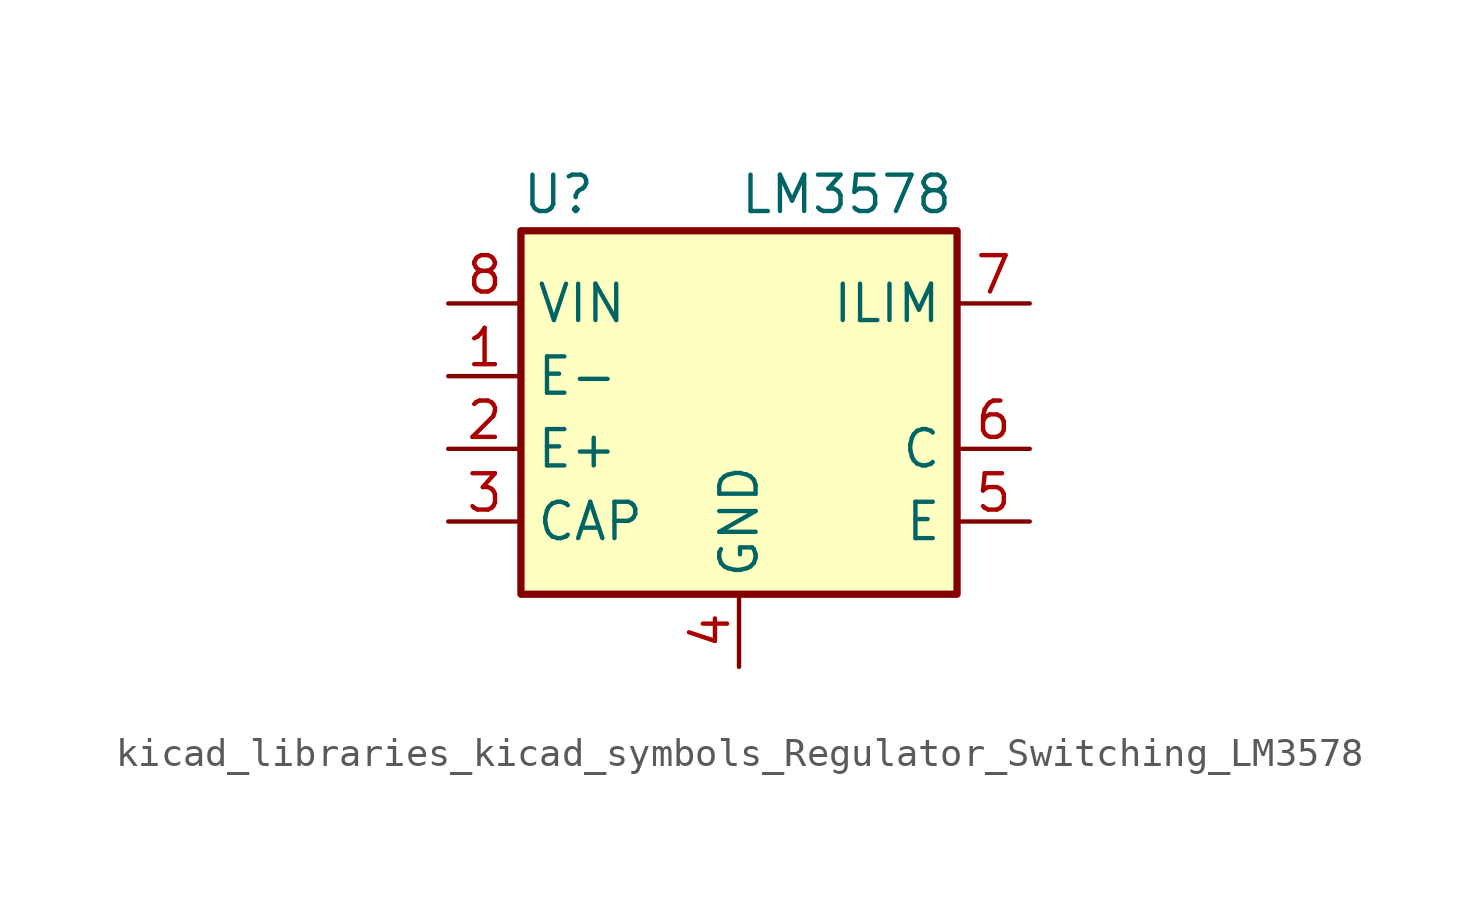
<source format=kicad_sym>
(kicad_symbol_lib
  (version 20220914)
  (generator kicad_symbol_editor)
  (symbol "kicad_libraries_kicad_symbols_Regulator_Switching_LM3578"
    (property "Reference" "U"
      (at -7.62 8.89 0)
      (effects (font (size 1.27 1.27)) (justify left)))
    (property "Value" "LM3578"
      (at 0 8.89 0)
      (effects (font (size 1.27 1.27)) (justify left)))
    (symbol "kicad_libraries_kicad_symbols_Regulator_Switching_LM3578_0_1"
      (rectangle (start -7.62 -5.08) (end 7.62 7.62) (stroke (width 0.254) (type default)) (fill (type background))))
    (symbol "kicad_libraries_kicad_symbols_Regulator_Switching_LM3578_1_1"
      (pin input line (at -10.16 2.54 0) (length 2.54) (name "E-" (effects (font (size 1.27 1.27)))) (number "1" (effects (font (size 1.27 1.27)))))
      (pin input line (at -10.16 0 0) (length 2.54) (name "E+" (effects (font (size 1.27 1.27)))) (number "2" (effects (font (size 1.27 1.27)))))
      (pin input line (at -10.16 -2.54 0) (length 2.54) (name "CAP" (effects (font (size 1.27 1.27)))) (number "3" (effects (font (size 1.27 1.27)))))
      (pin power_in line (at 0 -7.62 90) (length 2.54) (name "GND" (effects (font (size 1.27 1.27)))) (number "4" (effects (font (size 1.27 1.27)))))
      (pin open_emitter line (at 10.16 -2.54 180) (length 2.54) (name "E" (effects (font (size 1.27 1.27)))) (number "5" (effects (font (size 1.27 1.27)))))
      (pin open_collector line (at 10.16 0 180) (length 2.54) (name "C" (effects (font (size 1.27 1.27)))) (number "6" (effects (font (size 1.27 1.27)))))
      (pin input line (at 10.16 5.08 180) (length 2.54) (name "ILIM" (effects (font (size 1.27 1.27)))) (number "7" (effects (font (size 1.27 1.27)))))
      (pin power_in line (at -10.16 5.08 0) (length 2.54) (name "VIN" (effects (font (size 1.27 1.27)))) (number "8" (effects (font (size 1.27 1.27))))))))
</source>
